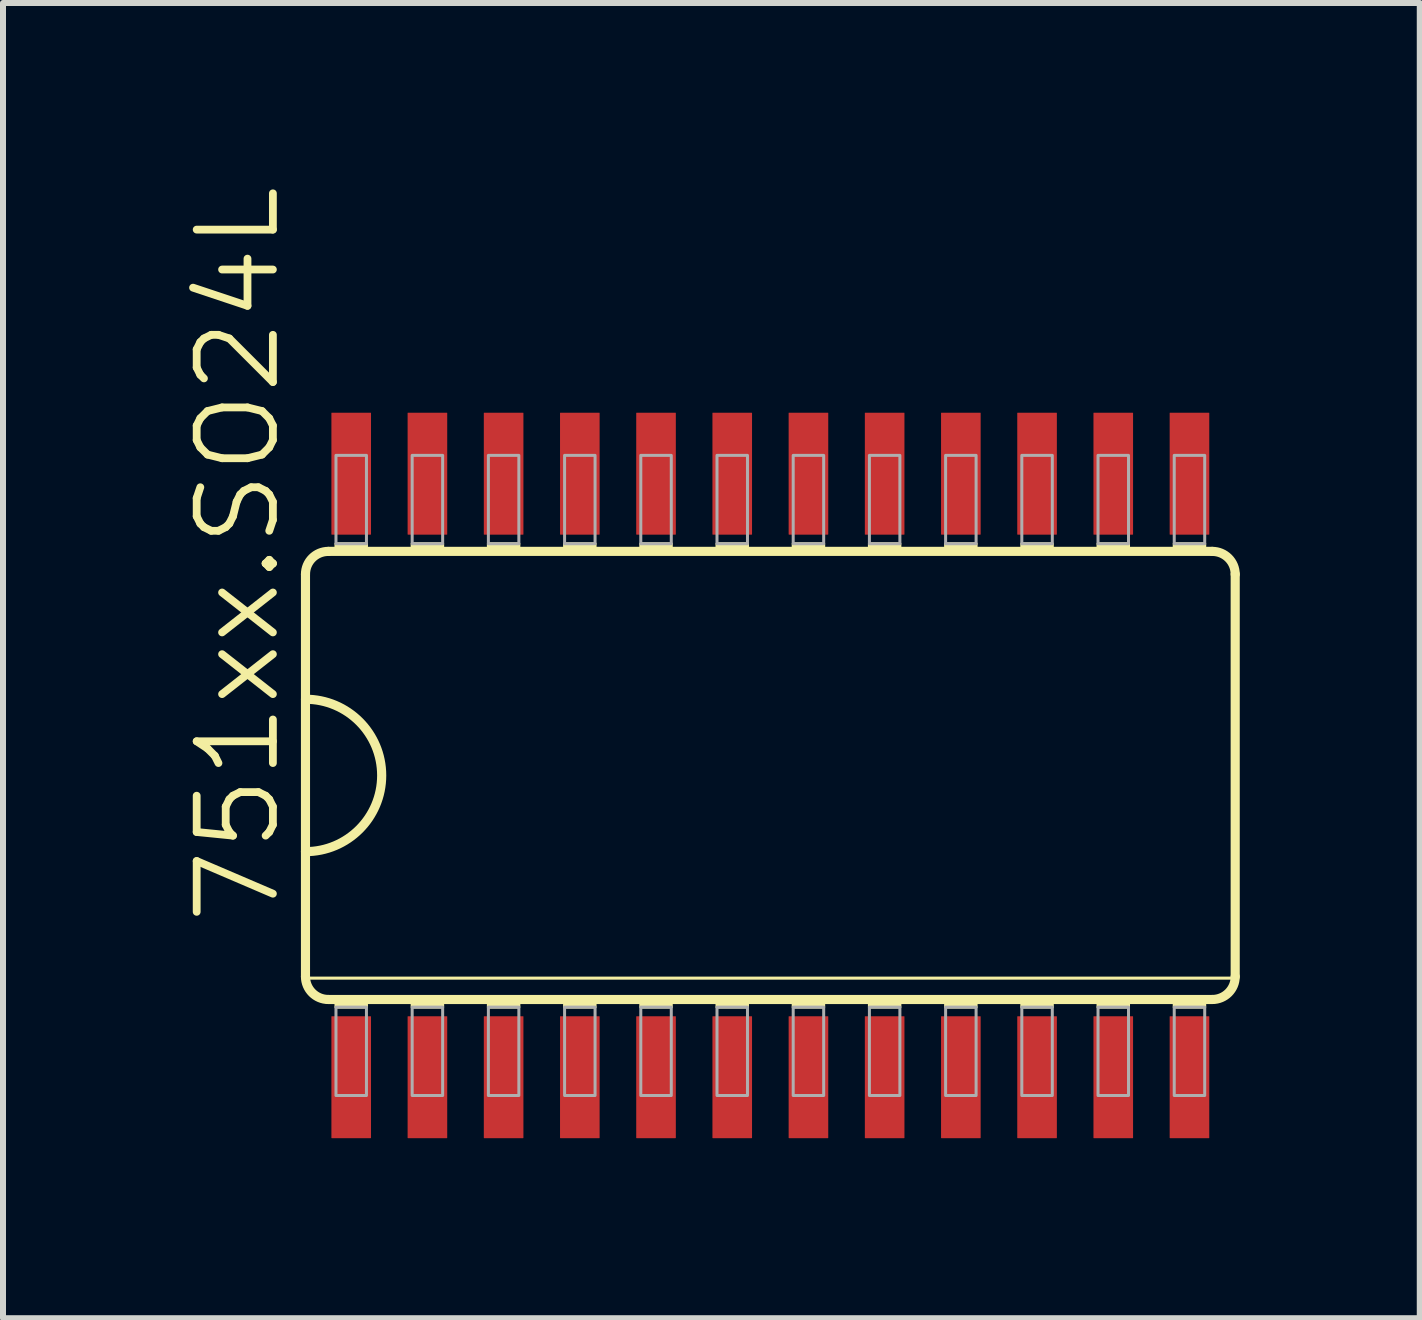
<source format=kicad_pcb>
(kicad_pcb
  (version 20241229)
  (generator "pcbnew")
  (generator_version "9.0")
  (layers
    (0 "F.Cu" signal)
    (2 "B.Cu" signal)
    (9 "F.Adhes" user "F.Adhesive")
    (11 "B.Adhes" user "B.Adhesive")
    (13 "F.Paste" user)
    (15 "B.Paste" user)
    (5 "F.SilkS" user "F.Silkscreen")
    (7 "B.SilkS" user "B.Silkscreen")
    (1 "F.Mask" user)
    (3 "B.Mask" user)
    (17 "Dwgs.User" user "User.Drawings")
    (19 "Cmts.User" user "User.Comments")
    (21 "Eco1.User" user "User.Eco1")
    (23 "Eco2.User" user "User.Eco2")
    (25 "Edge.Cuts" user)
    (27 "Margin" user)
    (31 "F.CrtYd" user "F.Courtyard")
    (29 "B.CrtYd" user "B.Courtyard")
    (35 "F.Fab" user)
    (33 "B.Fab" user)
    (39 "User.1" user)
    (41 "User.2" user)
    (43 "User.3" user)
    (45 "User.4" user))
  (footprint "751xx.SO24L"
    (layer "F.Cu")
    (at 9.788 9.873)
    (property "Reference" "751xx.SO24L" (at -8.128 2.54 90) (layer "F.SilkS") (effects (font (size 1.27 1.27) (thickness 0.13)) (justify left bottom)))
    (attr smd)
    (fp_line (start -7.747 -3.353) (end -7.747 3.353) (stroke (width 0.152) (type default)) (layer "F.SilkS"))
    (fp_line (start -7.747 3.378) (end 7.747 3.378) (stroke (width 0.051) (type default)) (layer "F.SilkS"))
    (fp_line (start -7.366 3.734) (end 7.366 3.734) (stroke (width 0.152) (type default)) (layer "F.SilkS"))
    (fp_line (start 7.366 -3.734) (end -7.366 -3.734) (stroke (width 0.152) (type default)) (layer "F.SilkS"))
    (fp_line (start 7.747 3.353) (end 7.747 -3.353) (stroke (width 0.152) (type default)) (layer "F.SilkS"))
    (fp_rect (start -7.239 -3.734) (end -6.731 -3.861) (stroke (width 0.05) (type default)) (fill yes) (layer "F.SilkS"))
    (fp_rect (start -7.239 3.861) (end -6.731 3.734) (stroke (width 0.05) (type default)) (fill yes) (layer "F.SilkS"))
    (fp_rect (start -5.969 -3.734) (end -5.461 -3.861) (stroke (width 0.05) (type default)) (fill yes) (layer "F.SilkS"))
    (fp_rect (start -5.969 3.861) (end -5.461 3.734) (stroke (width 0.05) (type default)) (fill yes) (layer "F.SilkS"))
    (fp_rect (start -4.699 -3.734) (end -4.191 -3.861) (stroke (width 0.05) (type default)) (fill yes) (layer "F.SilkS"))
    (fp_rect (start -4.699 3.861) (end -4.191 3.734) (stroke (width 0.05) (type default)) (fill yes) (layer "F.SilkS"))
    (fp_rect (start -3.429 -3.734) (end -2.921 -3.861) (stroke (width 0.05) (type default)) (fill yes) (layer "F.SilkS"))
    (fp_rect (start -3.429 3.861) (end -2.921 3.734) (stroke (width 0.05) (type default)) (fill yes) (layer "F.SilkS"))
    (fp_rect (start -2.159 -3.734) (end -1.651 -3.861) (stroke (width 0.05) (type default)) (fill yes) (layer "F.SilkS"))
    (fp_rect (start -2.159 3.861) (end -1.651 3.734) (stroke (width 0.05) (type default)) (fill yes) (layer "F.SilkS"))
    (fp_rect (start -0.889 -3.734) (end -0.381 -3.861) (stroke (width 0.05) (type default)) (fill yes) (layer "F.SilkS"))
    (fp_rect (start -0.889 3.861) (end -0.381 3.734) (stroke (width 0.05) (type default)) (fill yes) (layer "F.SilkS"))
    (fp_rect (start 0.381 -3.734) (end 0.889 -3.861) (stroke (width 0.05) (type default)) (fill yes) (layer "F.SilkS"))
    (fp_rect (start 0.381 3.861) (end 0.889 3.734) (stroke (width 0.05) (type default)) (fill yes) (layer "F.SilkS"))
    (fp_rect (start 1.651 -3.734) (end 2.159 -3.861) (stroke (width 0.05) (type default)) (fill yes) (layer "F.SilkS"))
    (fp_rect (start 1.651 3.861) (end 2.159 3.734) (stroke (width 0.05) (type default)) (fill yes) (layer "F.SilkS"))
    (fp_rect (start 2.921 -3.734) (end 3.429 -3.861) (stroke (width 0.05) (type default)) (fill yes) (layer "F.SilkS"))
    (fp_rect (start 2.921 3.861) (end 3.429 3.734) (stroke (width 0.05) (type default)) (fill yes) (layer "F.SilkS"))
    (fp_rect (start 4.191 -3.734) (end 4.699 -3.861) (stroke (width 0.05) (type default)) (fill yes) (layer "F.SilkS"))
    (fp_rect (start 4.191 3.861) (end 4.699 3.734) (stroke (width 0.05) (type default)) (fill yes) (layer "F.SilkS"))
    (fp_rect (start 5.461 -3.734) (end 5.969 -3.861) (stroke (width 0.05) (type default)) (fill yes) (layer "F.SilkS"))
    (fp_rect (start 5.461 3.861) (end 5.969 3.734) (stroke (width 0.05) (type default)) (fill yes) (layer "F.SilkS"))
    (fp_rect (start 6.731 -3.734) (end 7.239 -3.861) (stroke (width 0.05) (type default)) (fill yes) (layer "F.SilkS"))
    (fp_rect (start 6.731 3.861) (end 7.239 3.734) (stroke (width 0.05) (type default)) (fill yes) (layer "F.SilkS"))
    (fp_arc (start -7.747 -3.3528) (mid -7.635408 -3.622208) (end -7.366 -3.7338) (stroke (width 0.1524) (type default)) (layer "F.SilkS"))
    (fp_arc (start -7.747 -1.27) (mid -6.477 0) (end -7.747 1.27) (stroke (width 0.1524) (type default)) (layer "F.SilkS"))
    (fp_arc (start -7.366 3.7338) (mid -7.635408 3.622208) (end -7.747 3.3528) (stroke (width 0.1524) (type default)) (layer "F.SilkS"))
    (fp_arc (start 7.366 -3.7338) (mid 7.635408 -3.622208) (end 7.747 -3.3528) (stroke (width 0.1524) (type default)) (layer "F.SilkS"))
    (fp_arc (start 7.747 3.3528) (mid 7.635408 3.622208) (end 7.366 3.7338) (stroke (width 0.1524) (type default)) (layer "F.SilkS"))
    (fp_rect (start -7.239 -3.861) (end -6.731 -5.334) (stroke (width 0.05) (type default)) (fill no) (layer "F.Fab"))
    (fp_rect (start -7.239 5.334) (end -6.731 3.861) (stroke (width 0.05) (type default)) (fill no) (layer "F.Fab"))
    (fp_rect (start -5.969 -3.861) (end -5.461 -5.334) (stroke (width 0.05) (type default)) (fill no) (layer "F.Fab"))
    (fp_rect (start -5.969 5.334) (end -5.461 3.861) (stroke (width 0.05) (type default)) (fill no) (layer "F.Fab"))
    (fp_rect (start -4.699 -3.861) (end -4.191 -5.334) (stroke (width 0.05) (type default)) (fill no) (layer "F.Fab"))
    (fp_rect (start -4.699 5.334) (end -4.191 3.861) (stroke (width 0.05) (type default)) (fill no) (layer "F.Fab"))
    (fp_rect (start -3.429 -3.861) (end -2.921 -5.334) (stroke (width 0.05) (type default)) (fill no) (layer "F.Fab"))
    (fp_rect (start -3.429 5.334) (end -2.921 3.861) (stroke (width 0.05) (type default)) (fill no) (layer "F.Fab"))
    (fp_rect (start -2.159 -3.861) (end -1.651 -5.334) (stroke (width 0.05) (type default)) (fill no) (layer "F.Fab"))
    (fp_rect (start -2.159 5.334) (end -1.651 3.861) (stroke (width 0.05) (type default)) (fill no) (layer "F.Fab"))
    (fp_rect (start -0.889 -3.861) (end -0.381 -5.334) (stroke (width 0.05) (type default)) (fill no) (layer "F.Fab"))
    (fp_rect (start -0.889 5.334) (end -0.381 3.861) (stroke (width 0.05) (type default)) (fill no) (layer "F.Fab"))
    (fp_rect (start 0.381 -3.861) (end 0.889 -5.334) (stroke (width 0.05) (type default)) (fill no) (layer "F.Fab"))
    (fp_rect (start 0.381 5.334) (end 0.889 3.861) (stroke (width 0.05) (type default)) (fill no) (layer "F.Fab"))
    (fp_rect (start 1.651 -3.861) (end 2.159 -5.334) (stroke (width 0.05) (type default)) (fill no) (layer "F.Fab"))
    (fp_rect (start 1.651 5.334) (end 2.159 3.861) (stroke (width 0.05) (type default)) (fill no) (layer "F.Fab"))
    (fp_rect (start 2.921 -3.861) (end 3.429 -5.334) (stroke (width 0.05) (type default)) (fill no) (layer "F.Fab"))
    (fp_rect (start 2.921 5.334) (end 3.429 3.861) (stroke (width 0.05) (type default)) (fill no) (layer "F.Fab"))
    (fp_rect (start 4.191 -3.861) (end 4.699 -5.334) (stroke (width 0.05) (type default)) (fill no) (layer "F.Fab"))
    (fp_rect (start 4.191 5.334) (end 4.699 3.861) (stroke (width 0.05) (type default)) (fill no) (layer "F.Fab"))
    (fp_rect (start 5.461 -3.861) (end 5.969 -5.334) (stroke (width 0.05) (type default)) (fill no) (layer "F.Fab"))
    (fp_rect (start 5.461 5.334) (end 5.969 3.861) (stroke (width 0.05) (type default)) (fill no) (layer "F.Fab"))
    (fp_rect (start 6.731 -3.861) (end 7.239 -5.334) (stroke (width 0.05) (type default)) (fill no) (layer "F.Fab"))
    (fp_rect (start 6.731 5.334) (end 7.239 3.861) (stroke (width 0.05) (type default)) (fill no) (layer "F.Fab"))
    (pad "1" smd roundrect (at -6.985 5.029) (size 0.66 2.032) (layers "F.Cu" "F.Mask" "F.Paste") (roundrect_rratio 0.01))
    (pad "2" smd roundrect (at -5.715 5.029) (size 0.66 2.032) (layers "F.Cu" "F.Mask" "F.Paste") (roundrect_rratio 0.01))
    (pad "3" smd roundrect (at -4.445 5.029) (size 0.66 2.032) (layers "F.Cu" "F.Mask" "F.Paste") (roundrect_rratio 0.01))
    (pad "4" smd roundrect (at -3.175 5.029) (size 0.66 2.032) (layers "F.Cu" "F.Mask" "F.Paste") (roundrect_rratio 0.01))
    (pad "5" smd roundrect (at -1.905 5.029) (size 0.66 2.032) (layers "F.Cu" "F.Mask" "F.Paste") (roundrect_rratio 0.01))
    (pad "6" smd roundrect (at -0.635 5.029) (size 0.66 2.032) (layers "F.Cu" "F.Mask" "F.Paste") (roundrect_rratio 0.01))
    (pad "7" smd roundrect (at 0.635 5.029) (size 0.66 2.032) (layers "F.Cu" "F.Mask" "F.Paste") (roundrect_rratio 0.01))
    (pad "8" smd roundrect (at 1.905 5.029) (size 0.66 2.032) (layers "F.Cu" "F.Mask" "F.Paste") (roundrect_rratio 0.01))
    (pad "9" smd roundrect (at 3.175 5.029) (size 0.66 2.032) (layers "F.Cu" "F.Mask" "F.Paste") (roundrect_rratio 0.01))
    (pad "10" smd roundrect (at 4.445 5.029) (size 0.66 2.032) (layers "F.Cu" "F.Mask" "F.Paste") (roundrect_rratio 0.01))
    (pad "11" smd roundrect (at 5.715 5.029) (size 0.66 2.032) (layers "F.Cu" "F.Mask" "F.Paste") (roundrect_rratio 0.01))
    (pad "12" smd roundrect (at 6.985 5.029) (size 0.66 2.032) (layers "F.Cu" "F.Mask" "F.Paste") (roundrect_rratio 0.01))
    (pad "13" smd roundrect (at 6.985 -5.029) (size 0.66 2.032) (layers "F.Cu" "F.Mask" "F.Paste") (roundrect_rratio 0.01))
    (pad "14" smd roundrect (at 5.715 -5.029) (size 0.66 2.032) (layers "F.Cu" "F.Mask" "F.Paste") (roundrect_rratio 0.01))
    (pad "15" smd roundrect (at 4.445 -5.029) (size 0.66 2.032) (layers "F.Cu" "F.Mask" "F.Paste") (roundrect_rratio 0.01))
    (pad "16" smd roundrect (at 3.175 -5.029) (size 0.66 2.032) (layers "F.Cu" "F.Mask" "F.Paste") (roundrect_rratio 0.01))
    (pad "17" smd roundrect (at 1.905 -5.029) (size 0.66 2.032) (layers "F.Cu" "F.Mask" "F.Paste") (roundrect_rratio 0.01))
    (pad "18" smd roundrect (at 0.635 -5.029) (size 0.66 2.032) (layers "F.Cu" "F.Mask" "F.Paste") (roundrect_rratio 0.01))
    (pad "19" smd roundrect (at -0.635 -5.029) (size 0.66 2.032) (layers "F.Cu" "F.Mask" "F.Paste") (roundrect_rratio 0.01))
    (pad "20" smd roundrect (at -1.905 -5.029) (size 0.66 2.032) (layers "F.Cu" "F.Mask" "F.Paste") (roundrect_rratio 0.01))
    (pad "21" smd roundrect (at -3.175 -5.029) (size 0.66 2.032) (layers "F.Cu" "F.Mask" "F.Paste") (roundrect_rratio 0.01))
    (pad "22" smd roundrect (at -4.445 -5.029) (size 0.66 2.032) (layers "F.Cu" "F.Mask" "F.Paste") (roundrect_rratio 0.01))
    (pad "23" smd roundrect (at -5.715 -5.029) (size 0.66 2.032) (layers "F.Cu" "F.Mask" "F.Paste") (roundrect_rratio 0.01))
    (pad "24" smd roundrect (at -6.985 -5.029) (size 0.66 2.032) (layers "F.Cu" "F.Mask" "F.Paste") (roundrect_rratio 0.01)))
  (gr_rect
    (start -3 -3)
    (end 20.611 18.918)
    (stroke (width 0.1) (type default))
    (fill no)
    (layer "Edge.Cuts")))
</source>
